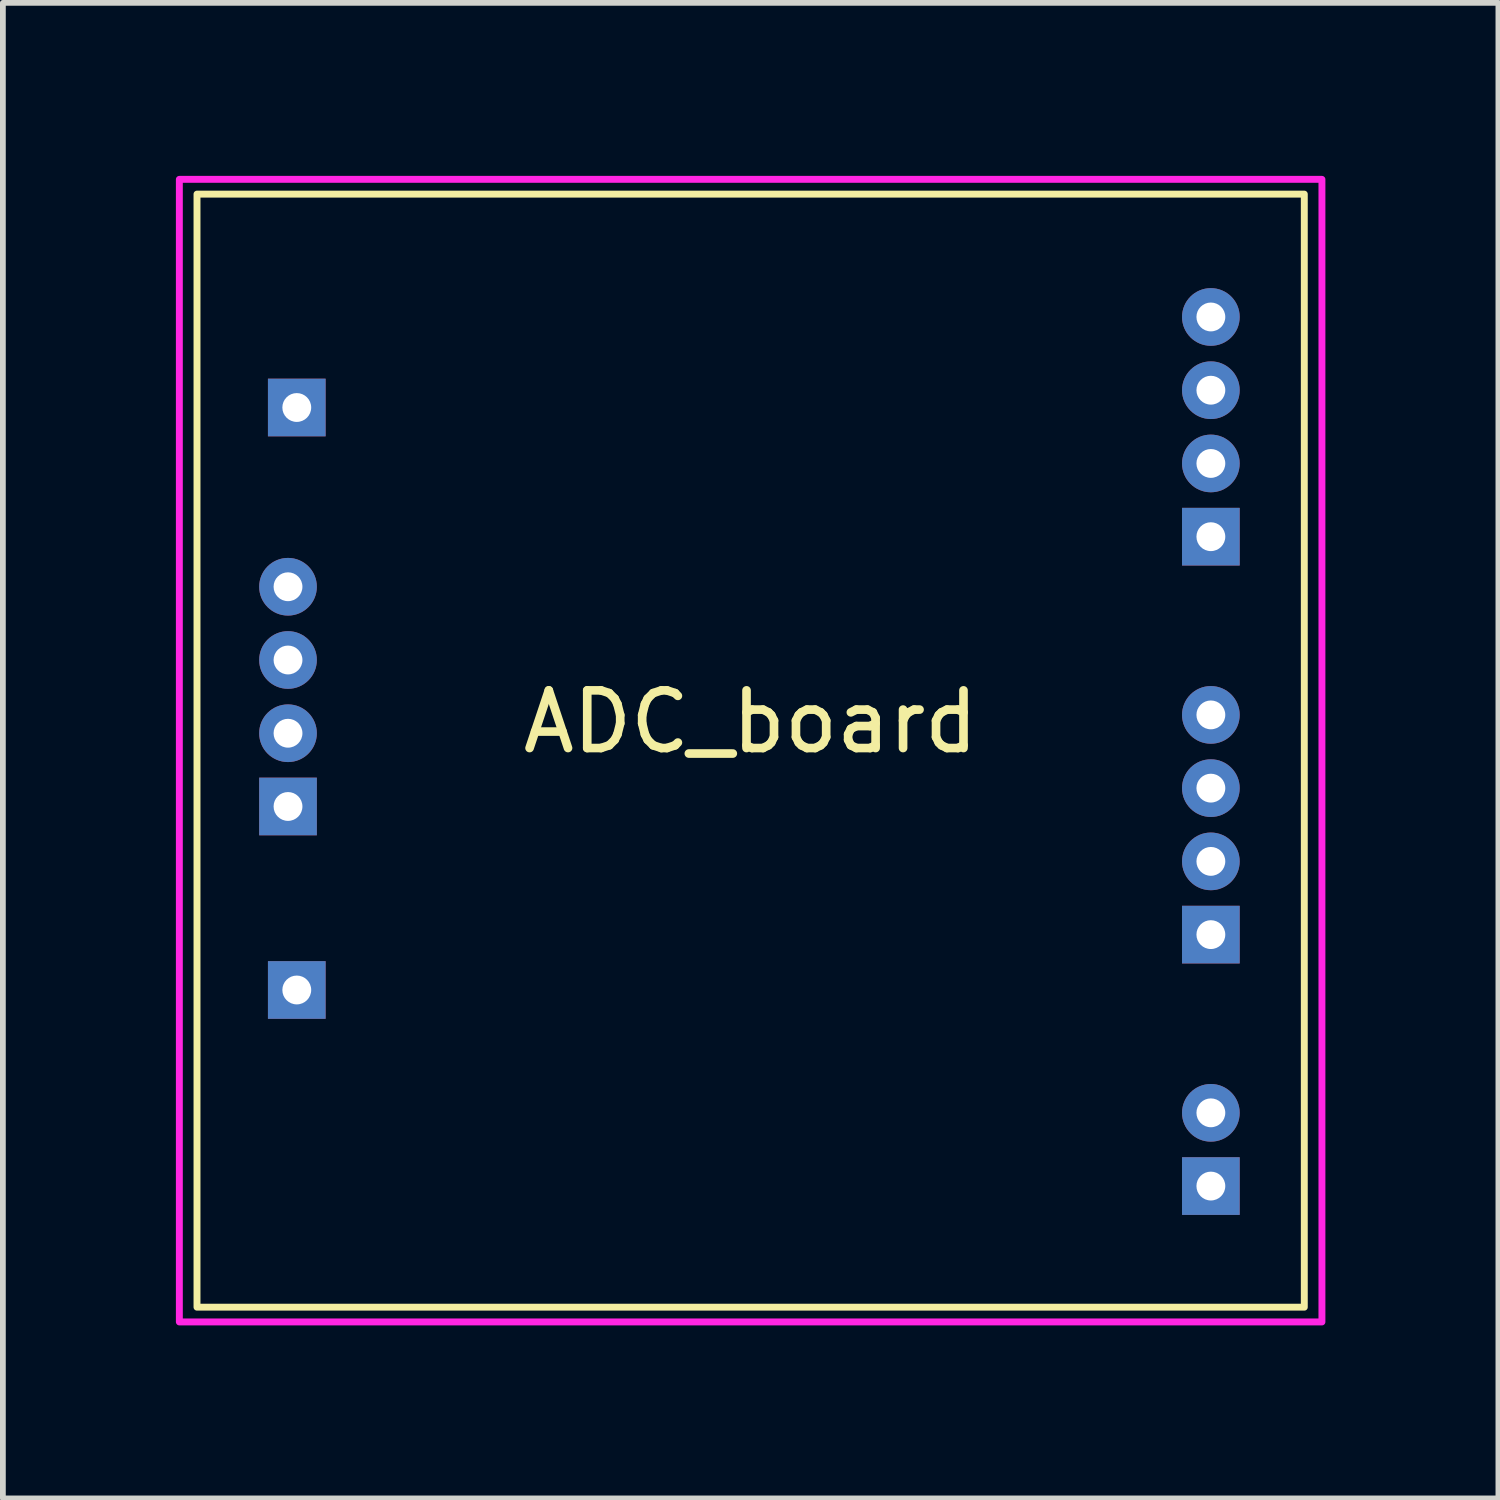
<source format=kicad_pcb>
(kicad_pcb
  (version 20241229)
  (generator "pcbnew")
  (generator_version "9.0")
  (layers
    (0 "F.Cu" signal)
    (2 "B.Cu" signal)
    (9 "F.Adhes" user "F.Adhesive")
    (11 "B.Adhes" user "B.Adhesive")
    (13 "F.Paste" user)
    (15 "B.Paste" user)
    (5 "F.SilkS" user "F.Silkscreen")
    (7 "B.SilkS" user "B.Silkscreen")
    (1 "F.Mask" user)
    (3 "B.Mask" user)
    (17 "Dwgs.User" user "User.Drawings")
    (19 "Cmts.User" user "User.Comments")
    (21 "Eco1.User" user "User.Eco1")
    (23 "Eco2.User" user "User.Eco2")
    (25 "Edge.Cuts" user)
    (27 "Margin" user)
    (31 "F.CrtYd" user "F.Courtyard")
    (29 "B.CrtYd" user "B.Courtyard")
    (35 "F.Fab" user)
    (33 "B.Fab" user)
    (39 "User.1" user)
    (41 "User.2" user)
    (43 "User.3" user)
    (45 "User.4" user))
  (footprint "ADC_board"
    (layer "F.Cu")
    (at 9.966 9.966)
    (property "Reference" "ADC_board" (at 0 -0.5 0) (unlocked yes) (layer "F.SilkS") (effects (font (size 1 1) (thickness 0.15))))
    (attr through_hole)
    (fp_rect (start -9.6 -9.65) (end 9.6 9.65) (stroke (width 0.12) (type default)) (fill no) (layer "F.SilkS"))
    (fp_rect (start -9.906 -9.906) (end 9.906 9.906) (stroke (width 0.12) (type default)) (fill no) (layer "F.CrtYd"))
    (pad "1" thru_hole rect (at -8.022 0.968) (size 1 1) (drill 0.5) (layers "*.Cu" "*.Mask"))
    (pad "2" thru_hole circle (at -8.022 -0.302) (size 1 1) (drill 0.5) (layers "*.Cu" "*.Mask"))
    (pad "3" thru_hole circle (at -8.022 -1.572) (size 1 1) (drill 0.5) (layers "*.Cu" "*.Mask"))
    (pad "4" thru_hole circle (at -8.022 -2.842) (size 1 1) (drill 0.5) (layers "*.Cu" "*.Mask"))
    (pad "5" thru_hole rect (at 7.98 7.55) (size 1 1) (drill 0.5) (layers "*.Cu" "*.Mask"))
    (pad "6" thru_hole circle (at 7.98 6.28) (size 1 1) (drill 0.5) (layers "*.Cu" "*.Mask"))
    (pad "7" thru_hole rect (at 7.98 3.19) (size 1 1) (drill 0.5) (layers "*.Cu" "*.Mask"))
    (pad "8" thru_hole circle (at 7.98 1.92) (size 1 1) (drill 0.5) (layers "*.Cu" "*.Mask"))
    (pad "9" thru_hole circle (at 7.98 0.65) (size 1 1) (drill 0.5) (layers "*.Cu" "*.Mask"))
    (pad "10" thru_hole circle (at 7.98 -0.62) (size 1 1) (drill 0.5) (layers "*.Cu" "*.Mask"))
    (pad "11" thru_hole rect (at 7.98 -3.71) (size 1 1) (drill 0.5) (layers "*.Cu" "*.Mask"))
    (pad "12" thru_hole circle (at 7.98 -4.98) (size 1 1) (drill 0.5) (layers "*.Cu" "*.Mask"))
    (pad "13" thru_hole circle (at 7.98 -6.25) (size 1 1) (drill 0.5) (layers "*.Cu" "*.Mask"))
    (pad "14" thru_hole circle (at 7.98 -7.52) (size 1 1) (drill 0.5) (layers "*.Cu" "*.Mask"))
    (pad "15" thru_hole rect (at -7.87 4.15) (size 1 1) (drill 0.5) (layers "*.Cu" "*.Mask"))
    (pad "16" thru_hole rect (at -7.87 -5.95) (size 1 1) (drill 0.5) (layers "*.Cu" "*.Mask")))
  (gr_rect
    (start -3 -3)
    (end 22.932 22.932)
    (stroke (width 0.1) (type default))
    (fill no)
    (layer "Edge.Cuts")))
</source>
